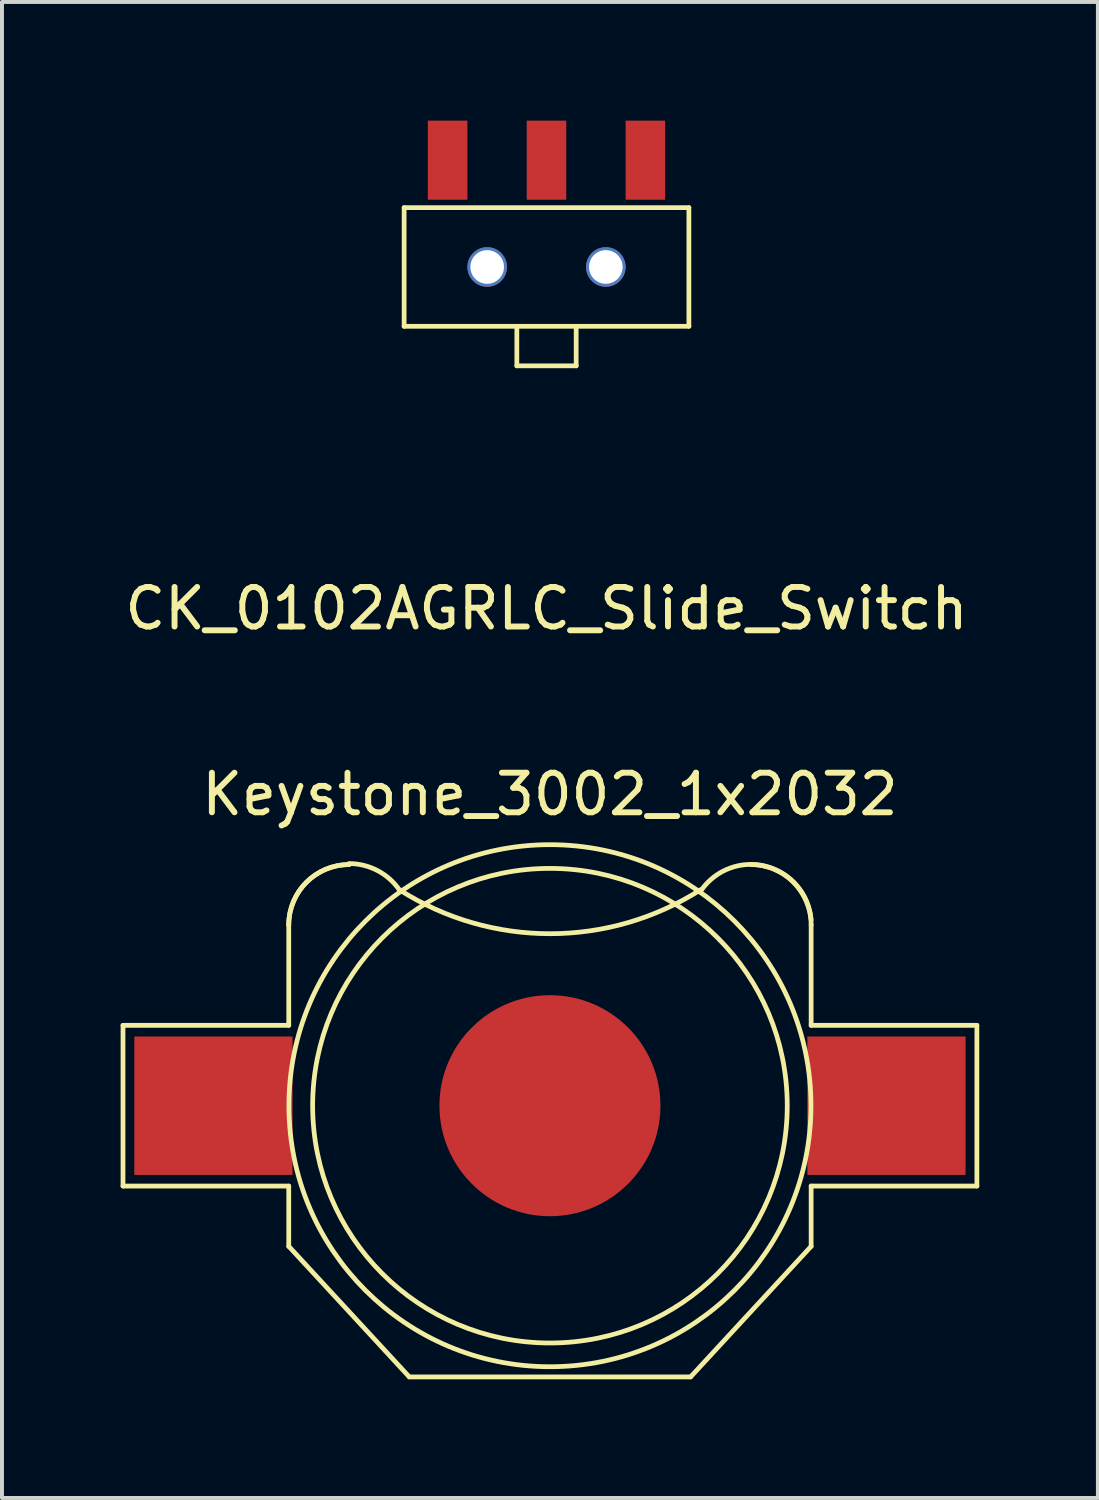
<source format=kicad_pcb>
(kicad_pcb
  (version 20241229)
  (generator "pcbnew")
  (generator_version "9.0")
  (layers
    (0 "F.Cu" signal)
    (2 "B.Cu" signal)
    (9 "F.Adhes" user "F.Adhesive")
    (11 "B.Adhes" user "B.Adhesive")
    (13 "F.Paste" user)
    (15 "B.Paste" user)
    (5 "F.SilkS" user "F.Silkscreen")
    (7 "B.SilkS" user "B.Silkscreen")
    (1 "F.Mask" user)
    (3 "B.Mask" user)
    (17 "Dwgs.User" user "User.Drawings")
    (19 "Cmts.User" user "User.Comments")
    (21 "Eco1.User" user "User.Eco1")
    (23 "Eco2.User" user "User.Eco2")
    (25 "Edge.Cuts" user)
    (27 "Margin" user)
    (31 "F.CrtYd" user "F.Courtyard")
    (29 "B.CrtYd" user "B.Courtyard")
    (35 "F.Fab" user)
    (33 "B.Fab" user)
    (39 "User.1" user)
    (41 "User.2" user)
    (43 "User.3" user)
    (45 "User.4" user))
  (footprint "Keystone_3002_1x2032"
    (layer "F.Cu")
    (at 10.855 24.907)
    (property "Reference" "Keystone_3002_1x2032" (at 0 -7.874 0) (layer "F.SilkS") (effects (font (size 1 1) (thickness 0.15))))
    (attr through_hole)
    (fp_line (start -10.795 -2.032) (end -10.795 2.032) (stroke (width 0.12) (type solid)) (layer "F.SilkS"))
    (fp_line (start -10.795 2.032) (end -6.604 2.032) (stroke (width 0.12) (type solid)) (layer "F.SilkS"))
    (fp_line (start -6.604 -4.572) (end -6.604 -2.032) (stroke (width 0.12) (type solid)) (layer "F.SilkS"))
    (fp_line (start -6.604 -2.032) (end -10.795 -2.032) (stroke (width 0.12) (type solid)) (layer "F.SilkS"))
    (fp_line (start -6.604 2.032) (end -6.604 3.556) (stroke (width 0.12) (type solid)) (layer "F.SilkS"))
    (fp_line (start -3.556 6.858) (end -6.604 3.556) (stroke (width 0.12) (type solid)) (layer "F.SilkS"))
    (fp_line (start -3.556 6.858) (end 3.556 6.858) (stroke (width 0.12) (type solid)) (layer "F.SilkS"))
    (fp_line (start 3.556 6.858) (end 6.604 3.556) (stroke (width 0.12) (type solid)) (layer "F.SilkS"))
    (fp_line (start 6.604 -4.572) (end 6.604 -2.032) (stroke (width 0.12) (type solid)) (layer "F.SilkS"))
    (fp_line (start 6.604 -2.032) (end 10.795 -2.032) (stroke (width 0.12) (type solid)) (layer "F.SilkS"))
    (fp_line (start 6.604 2.032) (end 6.604 3.556) (stroke (width 0.12) (type solid)) (layer "F.SilkS"))
    (fp_line (start 10.795 -2.032) (end 10.795 2.032) (stroke (width 0.12) (type solid)) (layer "F.SilkS"))
    (fp_line (start 10.795 2.032) (end 6.604 2.032) (stroke (width 0.12) (type solid)) (layer "F.SilkS"))
    (fp_arc (start -6.604 -4.572) (mid -6.157631 -5.649631) (end -5.08 -6.096) (stroke (width 0.12) (type solid)) (layer "F.SilkS"))
    (fp_arc (start -6.604 -4.572) (mid -6.157631 -5.649631) (end -5.08 -6.096) (stroke (width 0.12) (type solid)) (layer "F.SilkS"))
    (fp_arc (start -5.08 -6.122234) (mid -4.364086 -5.947025) (end -3.809999 -5.461001) (stroke (width 0.12) (type solid)) (layer "F.SilkS"))
    (fp_arc (start 3.809999 -5.461002) (mid 0 -4.348684) (end -3.809998 -5.461002) (stroke (width 0.12) (type solid)) (layer "F.SilkS"))
    (fp_arc (start 3.827164 -5.448986) (mid 5.478751 -6.048381) (end 6.603999 -4.698999) (stroke (width 0.12) (type solid)) (layer "F.SilkS"))
    (fp_arc (start 5.08 -6.096) (mid 6.157631 -5.649631) (end 6.604 -4.572) (stroke (width 0.12) (type solid)) (layer "F.SilkS"))
    (fp_circle (center 0 0) (end 6 0) (stroke (width 0.12) (type solid)) (fill no) (layer "F.SilkS"))
    (fp_circle (center 0 0) (end 6.6 0) (stroke (width 0.12) (type solid)) (fill no) (layer "F.SilkS"))
    (pad "1" smd circle (at 0 0) (size 5.588 5.588) (layers "F.Cu" "F.Mask" "F.Paste"))
    (pad "2" smd rect (at -8.509 0) (size 4 3.5) (layers "F.Cu" "F.Mask" "F.Paste"))
    (pad "3" smd rect (at 8.509 0) (size 4 3.5) (layers "F.Cu" "F.Mask" "F.Paste")))
  (footprint "CK_0102AGRLC_Slide_Switch"
    (layer "F.Cu")
    (at 10.768 3.7)
    (property "Reference" "CK_0102AGRLC_Slide_Switch" (at 0 8.636 0) (layer "F.SilkS") (effects (font (size 1 1) (thickness 0.15))))
    (attr through_hole)
    (fp_line (start -3.6 -1.5) (end 3.6 -1.5) (stroke (width 0.12) (type solid)) (layer "F.SilkS"))
    (fp_line (start -3.6 1.5) (end -3.6 -1.5) (stroke (width 0.12) (type solid)) (layer "F.SilkS"))
    (fp_line (start -0.75 1.5) (end -0.75 2.5) (stroke (width 0.12) (type solid)) (layer "F.SilkS"))
    (fp_line (start -0.75 2.5) (end 0.75 2.5) (stroke (width 0.12) (type solid)) (layer "F.SilkS"))
    (fp_line (start 0.75 2.5) (end 0.75 1.5) (stroke (width 0.12) (type solid)) (layer "F.SilkS"))
    (fp_line (start 3.6 -1.5) (end 3.6 1.5) (stroke (width 0.12) (type solid)) (layer "F.SilkS"))
    (fp_line (start 3.6 1.5) (end -3.6 1.5) (stroke (width 0.12) (type solid)) (layer "F.SilkS"))
    (pad "1" smd rect (at -2.5 -2.7) (size 1 2) (layers "F.Cu" "F.Mask" "F.Paste"))
    (pad "2" smd rect (at 0 -2.7) (size 1 2) (layers "F.Cu" "F.Mask" "F.Paste"))
    (pad "3" smd rect (at 2.5 -2.7) (size 1 2) (layers "F.Cu" "F.Mask" "F.Paste"))
    (pad "4" thru_hole circle (at -1.5 0) (size 1 1) (drill 0.85) (layers "*.Cu" "*.Mask"))
    (pad "5" thru_hole circle (at 1.5 0) (size 1 1) (drill 0.85) (layers "*.Cu" "*.Mask")))
  (gr_rect
    (start -3 -3)
    (end 24.71 34.825)
    (stroke (width 0.1) (type default))
    (fill no)
    (layer "Edge.Cuts")))
</source>
